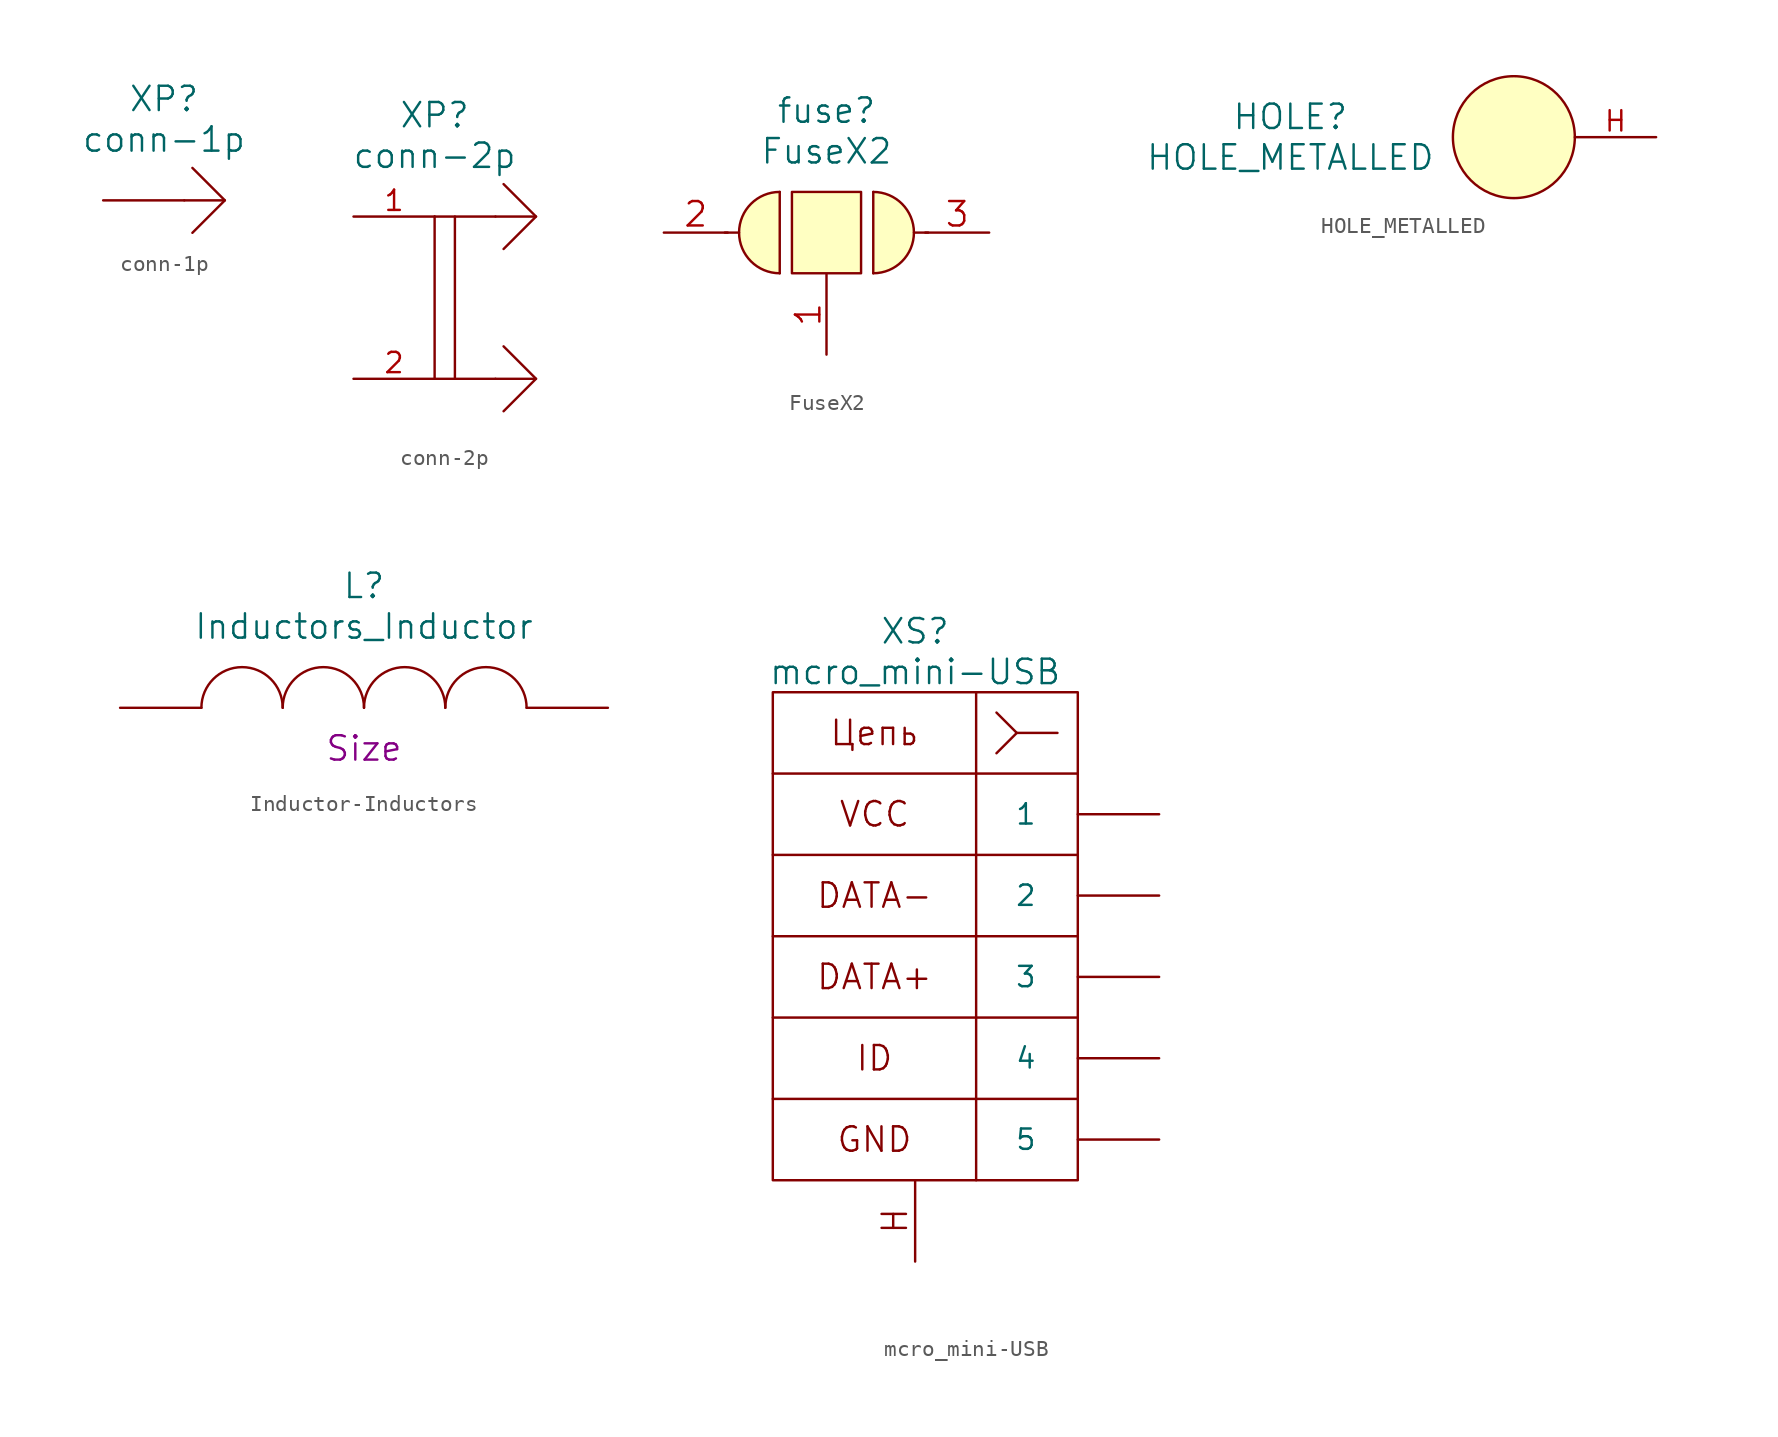
<source format=kicad_sym>
(kicad_symbol_lib
  (version 20220914)
  (generator kicad_symbol_editor)
  (symbol "conn-1p"
    (pin_numbers hide)
    (pin_names
      (offset 1.016) hide)
    (property "Reference" "XP"
      (at -1.27 6.35 0)
      (effects (font (size 1.524 1.524))))
    (property "Value" "conn-1p"
      (at -1.27 3.81 0)
      (effects (font (size 1.524 1.524))))
    (property "Datasheet" ""
      (at 2.54 0 0)
      (effects (font (size 1.524 1.524))))
    (symbol "conn-1p_0_0"
      (polyline (pts (xy 2.54 0) (xy 0 0)) (stroke (width 0) (type solid)) (fill (type none))))
    (symbol "conn-1p_0_1"
      (polyline (pts (xy 0.508 2.032) (xy 2.54 0) (xy 0.508 -2.032)) (stroke (width 0) (type solid)) (fill (type none))))
    (symbol "conn-1p_1_1"
      (pin passive line (at -5.08 0 0) (length 5.08) (name "~" (effects (font (size 1.27 1.27)))) (number "1" (effects (font (size 1.27 1.27)))))))
  (symbol "conn-2p"
    (pin_names
      (offset 1.016) hide)
    (property "Reference" "XP"
      (at -3.81 11.43 0)
      (effects (font (size 1.524 1.524))))
    (property "Value" "conn-2p"
      (at -3.81 8.89 0)
      (effects (font (size 1.524 1.524))))
    (property "Datasheet" ""
      (at 2.54 5.08 0)
      (effects (font (size 1.524 1.524))))
    (symbol "conn-2p_0_0"
      (polyline (pts (xy -3.81 5.08) (xy -3.81 -5.08)) (stroke (width 0) (type solid)) (fill (type none)))
      (polyline (pts (xy -2.54 5.08) (xy -2.54 -5.08)) (stroke (width 0) (type solid)) (fill (type none)))
      (polyline (pts (xy 0 -5.08) (xy -3.81 -5.08)) (stroke (width 0) (type solid)) (fill (type none)))
      (polyline (pts (xy 0 5.08) (xy -3.81 5.08)) (stroke (width 0) (type solid)) (fill (type none)))
      (polyline (pts (xy 2.54 -5.08) (xy 0 -5.08)) (stroke (width 0) (type solid)) (fill (type none)))
      (polyline (pts (xy 2.54 5.08) (xy 0 5.08)) (stroke (width 0) (type solid)) (fill (type none))))
    (symbol "conn-2p_0_1"
      (polyline (pts (xy 0.508 -3.048) (xy 2.54 -5.08) (xy 0.508 -7.112)) (stroke (width 0) (type solid)) (fill (type none)))
      (polyline (pts (xy 0.508 7.112) (xy 2.54 5.08) (xy 0.508 3.048)) (stroke (width 0) (type solid)) (fill (type none))))
    (symbol "conn-2p_1_1"
      (pin passive line (at -8.89 5.08 0) (length 5.08) (name "~" (effects (font (size 1.27 1.27)))) (number "1" (effects (font (size 1.27 1.27)))))
      (pin passive line (at -8.89 -5.08 0) (length 5.08) (name "~" (effects (font (size 1.27 1.27)))) (number "2" (effects (font (size 1.27 1.27)))))))
  (symbol "FuseX2"
    (pin_names
      (offset 1.016) hide)
    (property "Reference" "fuse"
      (at 0 7.62 0)
      (effects (font (size 1.524 1.524))))
    (property "Value" "FuseX2"
      (at 0 5.08 0)
      (effects (font (size 1.524 1.524))))
    (property "Datasheet" ""
      (at -4.191 0 0)
      (effects (font (size 1.524 1.524))))
    (symbol "FuseX2_0_1"
      (arc (start -2.921 2.54) (mid -5.45 0) (end -2.921 -2.54) (stroke (width 0) (type solid)) (fill (type background)))
      (polyline (pts (xy -5.461 0) (xy -6.35 0)) (stroke (width 0) (type solid)) (fill (type none)))
      (polyline (pts (xy -2.921 -2.54) (xy -2.921 2.54)) (stroke (width 0) (type solid)) (fill (type none)))
      (polyline (pts (xy 2.921 -2.54) (xy 2.921 2.54)) (stroke (width 0) (type solid)) (fill (type none)))
      (polyline (pts (xy 6.35 0) (xy 5.461 0)) (stroke (width 0) (type solid)) (fill (type none)))
      (rectangle (start 2.159 2.54) (end -2.159 -2.54) (stroke (width 0) (type solid)) (fill (type background)))
      (arc (start 2.921 -2.54) (mid 5.45 0) (end 2.921 2.54) (stroke (width 0) (type solid)) (fill (type background))))
    (symbol "FuseX2_1_1"
      (pin passive line (at 0 -7.62 90) (length 5.004) (name "~" (effects (font (size 1.524 1.524)))) (number "1" (effects (font (size 1.524 1.524)))))
      (pin passive line (at -10.16 0 0) (length 3.988) (name "~" (effects (font (size 1.524 1.524)))) (number "2" (effects (font (size 1.524 1.524)))))
      (pin passive line (at 10.16 0 180) (length 3.988) (name "~" (effects (font (size 1.524 1.524)))) (number "3" (effects (font (size 1.524 1.524)))))))
  (symbol "HOLE_METALLED"
    (pin_names
      (offset 1.016))
    (property "Reference" "HOLE"
      (at -13.97 1.27 0)
      (effects (font (size 1.524 1.524))))
    (property "Value" "HOLE_METALLED"
      (at -13.97 -1.27 0)
      (effects (font (size 1.524 1.524))))
    (property "Footprint" ""
      (at 0 0 0)
      (effects (font (size 1.524 1.524))))
    (property "Datasheet" ""
      (at 0 0 0)
      (effects (font (size 1.524 1.524))))
    (symbol "HOLE_METALLED_0_1"
      (circle (center 0 0) (radius 3.81) (stroke (width 0) (type solid)) (fill (type background))))
    (symbol "HOLE_METALLED_1_1"
      (pin passive line (at 8.89 0 180) (length 5.08) (name "~" (effects (font (size 1.27 1.27)))) (number "H" (effects (font (size 1.27 1.27)))))))
  (symbol "Inductor-Inductors"
    (pin_numbers hide)
    (pin_names
      (offset 1.016) hide)
    (property "Reference" "L"
      (at 0 7.62 0)
      (effects (font (size 1.524 1.524))))
    (property "Value" "Inductors_Inductor"
      (at 0 5.08 0)
      (effects (font (size 1.524 1.524))))
    (property "Size" "Size"
      (at 0 -2.54 0)
      (effects (font (size 1.524 1.524))))
    (symbol "Inductor-Inductors_0_1"
      (arc (start 0 0) (mid -2.54 2.529) (end -5.08 0) (stroke (width 0) (type solid)) (fill (type none)))
      (arc (start 5.08 0) (mid 2.54 2.529) (end 0 0) (stroke (width 0) (type solid)) (fill (type none)))
      (arc (start 10.16 0) (mid 7.62 2.529) (end 5.08 0) (stroke (width 0) (type solid)) (fill (type none))))
    (symbol "Inductor-Inductors_1_1"
      (arc (start -5.08 0) (mid -7.62 2.529) (end -10.16 0) (stroke (width 0) (type solid)) (fill (type none)))
      (pin input line (at -15.24 0 0) (length 5.08) (name "1" (effects (font (size 1.27 1.27)))) (number "1" (effects (font (size 1.27 1.27)))))
      (pin input line (at 15.24 0 180) (length 5.08) (name "2" (effects (font (size 1.27 1.27)))) (number "2" (effects (font (size 1.27 1.27)))))))
  (symbol "mcro_mini-USB"
    (pin_numbers hide)
    (pin_names
      (offset 2.54))
    (property "Reference" "XS"
      (at 0 19.05 0)
      (effects (font (size 1.524 1.524))))
    (property "Value" "mcro_mini-USB"
      (at 0 16.51 0)
      (effects (font (size 1.524 1.524))))
    (property "Datasheet" ""
      (at 8.89 -16.51 0)
      (effects (font (size 1.524 1.524))))
    (symbol "mcro_mini-USB_0_0"
      (text "DATA+" (at -2.54 -2.54 0) (effects (font (size 1.524 1.524))))
      (text "DATA-" (at -2.54 2.54 0) (effects (font (size 1.524 1.524))))
      (text "GND" (at -2.54 -12.7 0) (effects (font (size 1.524 1.524))))
      (text "H" (at -1.27 -17.78 900) (effects (font (size 1.524 1.524))))
      (text "ID" (at -2.54 -7.62 0) (effects (font (size 1.524 1.524))))
      (text "VCC" (at -2.54 7.62 0) (effects (font (size 1.524 1.524))))
      (text "Цепь" (at -2.54 12.7 0) (effects (font (size 1.524 1.524)))))
    (symbol "mcro_mini-USB_0_1"
      (rectangle (start -8.89 10.16) (end 10.16 -15.24) (stroke (width 0) (type solid)) (fill (type none)))
      (polyline (pts (xy -8.89 -10.16) (xy 10.16 -10.16)) (stroke (width 0) (type solid)) (fill (type none)))
      (polyline (pts (xy -8.89 -5.08) (xy 10.16 -5.08)) (stroke (width 0) (type solid)) (fill (type none)))
      (polyline (pts (xy -8.89 0) (xy 10.16 0)) (stroke (width 0) (type solid)) (fill (type none)))
      (polyline (pts (xy 8.89 12.7) (xy 6.35 12.7)) (stroke (width 0) (type solid)) (fill (type none)))
      (polyline (pts (xy 10.16 5.08) (xy -8.89 5.08)) (stroke (width 0) (type solid)) (fill (type none)))
      (polyline (pts (xy 5.08 11.43) (xy 6.35 12.7) (xy 5.08 13.97)) (stroke (width 0) (type solid)) (fill (type none)))
      (polyline (pts (xy 3.81 15.24) (xy 3.81 7.62) (xy 3.81 0) (xy 3.81 -15.24)) (stroke (width 0) (type solid)) (fill (type none)))
      (polyline (pts (xy 10.16 10.16) (xy 10.16 13.97) (xy 10.16 15.24) (xy -8.89 15.24) (xy -8.89 10.16)) (stroke (width 0) (type solid)) (fill (type none))))
    (symbol "mcro_mini-USB_1_1"
      (pin power_out line (at 15.24 7.62 180) (length 5.08) (name "1" (effects (font (size 1.27 1.27)))) (number "1" (effects (font (size 1.27 1.27)))))
      (pin input line (at 15.24 2.54 180) (length 5.08) (name "2" (effects (font (size 1.27 1.27)))) (number "2" (effects (font (size 1.27 1.27)))))
      (pin input line (at 15.24 -2.54 180) (length 5.08) (name "3" (effects (font (size 1.27 1.27)))) (number "3" (effects (font (size 1.27 1.27)))))
      (pin passive line (at 15.24 -7.62 180) (length 5.08) (name "4" (effects (font (size 1.27 1.27)))) (number "4" (effects (font (size 1.27 1.27)))))
      (pin power_out line (at 15.24 -12.7 180) (length 5.08) (name "5" (effects (font (size 1.27 1.27)))) (number "5" (effects (font (size 1.27 1.27)))))
      (pin passive line (at 0 -20.32 90) (length 5.004) (name "~" (effects (font (size 1.524 1.524)))) (number "SHLD" (effects (font (size 1.524 1.524))))))))
</source>
